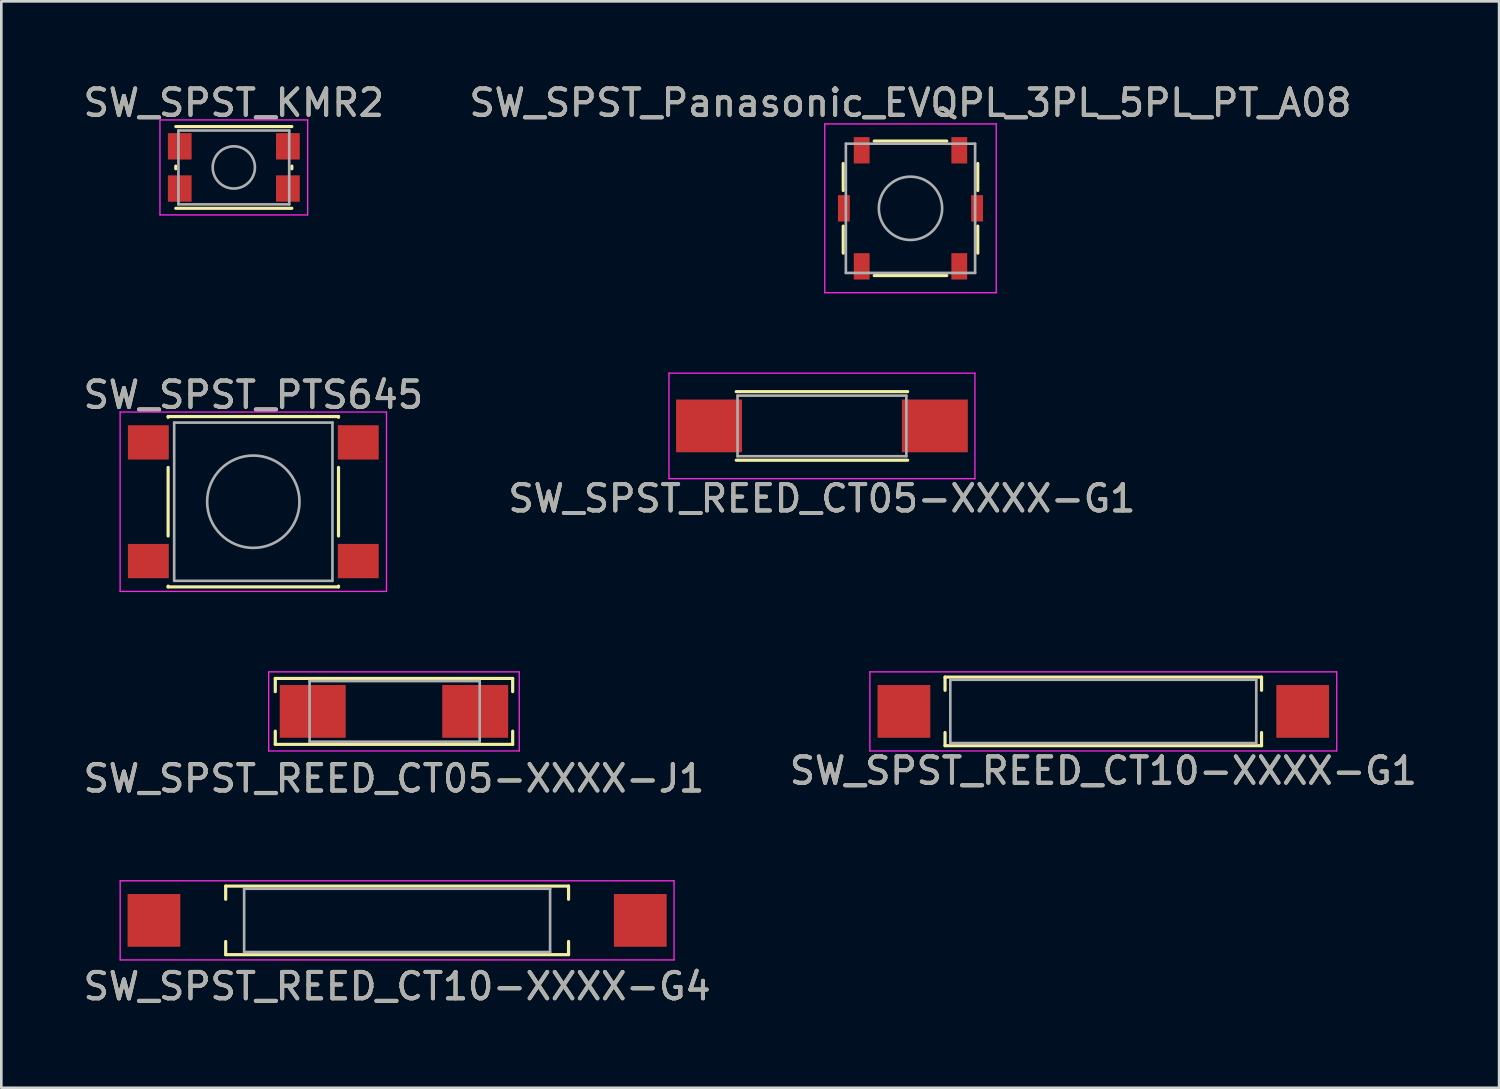
<source format=kicad_pcb>
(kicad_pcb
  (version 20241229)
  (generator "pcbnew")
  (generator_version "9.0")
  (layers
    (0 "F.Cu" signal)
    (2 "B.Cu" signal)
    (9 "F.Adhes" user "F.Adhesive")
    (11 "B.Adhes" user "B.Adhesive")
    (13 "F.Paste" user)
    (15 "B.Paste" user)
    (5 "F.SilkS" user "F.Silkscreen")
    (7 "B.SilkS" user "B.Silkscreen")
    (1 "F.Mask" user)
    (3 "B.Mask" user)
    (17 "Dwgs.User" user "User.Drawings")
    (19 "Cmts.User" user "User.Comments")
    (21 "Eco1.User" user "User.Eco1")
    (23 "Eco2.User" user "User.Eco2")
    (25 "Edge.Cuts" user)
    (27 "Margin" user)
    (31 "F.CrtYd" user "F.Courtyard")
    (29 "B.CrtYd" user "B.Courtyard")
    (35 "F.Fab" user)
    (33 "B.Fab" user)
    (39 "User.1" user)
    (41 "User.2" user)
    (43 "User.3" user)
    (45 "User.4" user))
  (footprint "SW_SPST_REED_CT10-XXXX-G4"
    (layer "F.Cu")
    (at 12.006 31.845)
    (property "Reference" "SW_SPST_REED_CT10-XXXX-G4" (at 0 2.5 0) (layer "F.SilkS") (effects (font (size 1 1) (thickness 0.15))))
    (attr smd)
    (fp_line (start -6.5 -1.3) (end -6.5 -0.8) (stroke (width 0.12) (type solid)) (layer "F.SilkS"))
    (fp_line (start -6.5 0.8) (end -6.5 1.3) (stroke (width 0.12) (type solid)) (layer "F.SilkS"))
    (fp_line (start -6.5 1.3) (end 6.5 1.3) (stroke (width 0.12) (type solid)) (layer "F.SilkS"))
    (fp_line (start 6.5 -1.3) (end -6.5 -1.3) (stroke (width 0.12) (type solid)) (layer "F.SilkS"))
    (fp_line (start 6.5 -0.8) (end 6.5 -1.3) (stroke (width 0.12) (type solid)) (layer "F.SilkS"))
    (fp_line (start 6.5 1.3) (end 6.5 0.8) (stroke (width 0.12) (type solid)) (layer "F.SilkS"))
    (fp_line (start -10.5 1.5) (end -10.5 -1.5) (stroke (width 0.05) (type solid)) (layer "F.CrtYd"))
    (fp_line (start -10.5 1.5) (end 10.5 1.5) (stroke (width 0.05) (type solid)) (layer "F.CrtYd"))
    (fp_line (start 10.5 -1.5) (end -10.5 -1.5) (stroke (width 0.05) (type solid)) (layer "F.CrtYd"))
    (fp_line (start 10.5 -1.5) (end 10.5 1.5) (stroke (width 0.05) (type solid)) (layer "F.CrtYd"))
    (fp_line (start -5.8 -1.2) (end 5.8 -1.2) (stroke (width 0.1) (type solid)) (layer "F.Fab"))
    (fp_line (start -5.8 1.2) (end -5.8 -1.2) (stroke (width 0.1) (type solid)) (layer "F.Fab"))
    (fp_line (start 5.8 -1.2) (end 5.8 1.2) (stroke (width 0.1) (type solid)) (layer "F.Fab"))
    (fp_line (start 5.8 1.2) (end -5.8 1.2) (stroke (width 0.1) (type solid)) (layer "F.Fab"))
    (fp_text user "${REFERENCE}" (at 0 2.5 0) (layer "F.Fab") (effects (font (size 1 1) (thickness 0.15))))
    (pad "1" smd rect (at -9.22 0) (size 2 2) (layers "F.Cu" "F.Mask" "F.Paste"))
    (pad "2" smd rect (at 9.22 0) (size 2 2) (layers "F.Cu" "F.Mask" "F.Paste")))
  (footprint "SW_SPST_REED_CT05-XXXX-J1"
    (layer "F.Cu")
    (at 11.887 23.922)
    (property "Reference" "SW_SPST_REED_CT05-XXXX-J1" (at 0 2.54 0) (layer "F.SilkS") (effects (font (size 1 1) (thickness 0.15))))
    (attr smd)
    (fp_line (start -4.5 -1.25) (end -4.5 -0.75) (stroke (width 0.12) (type solid)) (layer "F.SilkS"))
    (fp_line (start -4.5 0.75) (end -4.5 1.25) (stroke (width 0.12) (type solid)) (layer "F.SilkS"))
    (fp_line (start -4.5 1.25) (end 4.5 1.25) (stroke (width 0.12) (type solid)) (layer "F.SilkS"))
    (fp_line (start 4.5 -1.25) (end -4.5 -1.25) (stroke (width 0.12) (type solid)) (layer "F.SilkS"))
    (fp_line (start 4.5 -0.75) (end 4.5 -1.25) (stroke (width 0.12) (type solid)) (layer "F.SilkS"))
    (fp_line (start 4.5 1.25) (end 4.5 0.75) (stroke (width 0.12) (type solid)) (layer "F.SilkS"))
    (fp_line (start -4.75 -1.5) (end -4.75 1.5) (stroke (width 0.05) (type solid)) (layer "F.CrtYd"))
    (fp_line (start -4.75 1.5) (end 4.75 1.5) (stroke (width 0.05) (type solid)) (layer "F.CrtYd"))
    (fp_line (start 4.75 -1.5) (end -4.75 -1.5) (stroke (width 0.05) (type solid)) (layer "F.CrtYd"))
    (fp_line (start 4.75 1.5) (end 4.75 -1.5) (stroke (width 0.05) (type solid)) (layer "F.CrtYd"))
    (fp_line (start -3.2 -1.15) (end 3.25 -1.15) (stroke (width 0.1) (type solid)) (layer "F.Fab"))
    (fp_line (start -3.2 1.15) (end -3.2 -1.15) (stroke (width 0.1) (type solid)) (layer "F.Fab"))
    (fp_line (start 3.25 -1.15) (end 3.25 1.15) (stroke (width 0.1) (type solid)) (layer "F.Fab"))
    (fp_line (start 3.25 1.15) (end -3.2 1.15) (stroke (width 0.1) (type solid)) (layer "F.Fab"))
    (fp_text user "${REFERENCE}" (at 0 2.55 0) (layer "F.Fab") (effects (font (size 1 1) (thickness 0.15))))
    (pad "1" smd rect (at -3.08 0) (size 2.5 2) (layers "F.Cu" "F.Mask" "F.Paste"))
    (pad "2" smd rect (at 3.08 0) (size 2.5 2) (layers "F.Cu" "F.Mask" "F.Paste")))
  (footprint "SW_SPST_PTS645"
    (layer "F.Cu")
    (at 6.554 15.972)
    (property "Reference" "SW_SPST_PTS645" (at 0 -4.05 0) (layer "F.SilkS") (effects (font (size 1 1) (thickness 0.15))))
    (attr smd)
    (fp_line (start -3.23 -3.23) (end 3.23 -3.23) (stroke (width 0.12) (type solid)) (layer "F.SilkS"))
    (fp_line (start -3.23 -3.2) (end -3.23 -3.23) (stroke (width 0.12) (type solid)) (layer "F.SilkS"))
    (fp_line (start -3.23 -1.3) (end -3.23 1.3) (stroke (width 0.12) (type solid)) (layer "F.SilkS"))
    (fp_line (start -3.23 3.23) (end -3.23 3.2) (stroke (width 0.12) (type solid)) (layer "F.SilkS"))
    (fp_line (start -3.23 3.23) (end 3.23 3.23) (stroke (width 0.12) (type solid)) (layer "F.SilkS"))
    (fp_line (start 3.23 -3.23) (end 3.23 -3.2) (stroke (width 0.12) (type solid)) (layer "F.SilkS"))
    (fp_line (start 3.23 -1.3) (end 3.23 1.3) (stroke (width 0.12) (type solid)) (layer "F.SilkS"))
    (fp_line (start 3.23 3.23) (end 3.23 3.2) (stroke (width 0.12) (type solid)) (layer "F.SilkS"))
    (fp_line (start -5.05 -3.4) (end -5.05 3.4) (stroke (width 0.05) (type solid)) (layer "F.CrtYd"))
    (fp_line (start -5.05 -3.4) (end 5.05 -3.4) (stroke (width 0.05) (type solid)) (layer "F.CrtYd"))
    (fp_line (start -5.05 3.4) (end 5.05 3.4) (stroke (width 0.05) (type solid)) (layer "F.CrtYd"))
    (fp_line (start 5.05 3.4) (end 5.05 -3.4) (stroke (width 0.05) (type solid)) (layer "F.CrtYd"))
    (fp_line (start -3 -3) (end -3 3) (stroke (width 0.1) (type solid)) (layer "F.Fab"))
    (fp_line (start -3 3) (end 3 3) (stroke (width 0.1) (type solid)) (layer "F.Fab"))
    (fp_line (start 3 -3) (end -3 -3) (stroke (width 0.1) (type solid)) (layer "F.Fab"))
    (fp_line (start 3 3) (end 3 -3) (stroke (width 0.1) (type solid)) (layer "F.Fab"))
    (fp_circle (center 0 0) (end 1.75 -0.05) (stroke (width 0.1) (type solid)) (fill no) (layer "F.Fab"))
    (fp_text user "${REFERENCE}" (at 0 -4.05 0) (layer "F.Fab") (effects (font (size 1 1) (thickness 0.15))))
    (pad "1" smd rect (at -3.98 -2.25) (size 1.55 1.3) (layers "F.Cu" "F.Mask" "F.Paste"))
    (pad "1" smd rect (at 3.98 -2.25) (size 1.55 1.3) (layers "F.Cu" "F.Mask" "F.Paste"))
    (pad "2" smd rect (at -3.98 2.25) (size 1.55 1.3) (layers "F.Cu" "F.Mask" "F.Paste"))
    (pad "2" smd rect (at 3.98 2.25) (size 1.55 1.3) (layers "F.Cu" "F.Mask" "F.Paste")))
  (footprint "SW_SPST_REED_CT05-XXXX-G1"
    (layer "F.Cu")
    (at 28.113 13.098)
    (property "Reference" "SW_SPST_REED_CT05-XXXX-G1" (at 0 2.75 0) (layer "F.SilkS") (effects (font (size 1 1) (thickness 0.15))))
    (attr smd)
    (fp_line (start -3.25 -1.3) (end 3.25 -1.3) (stroke (width 0.12) (type solid)) (layer "F.SilkS"))
    (fp_line (start 3.25 1.3) (end -3.25 1.3) (stroke (width 0.12) (type solid)) (layer "F.SilkS"))
    (fp_line (start -5.8 -2) (end 5.8 -2) (stroke (width 0.05) (type solid)) (layer "F.CrtYd"))
    (fp_line (start -5.8 2) (end -5.8 -2) (stroke (width 0.05) (type solid)) (layer "F.CrtYd"))
    (fp_line (start 5.8 -2) (end 5.8 2) (stroke (width 0.05) (type solid)) (layer "F.CrtYd"))
    (fp_line (start 5.8 2) (end -5.8 2) (stroke (width 0.05) (type solid)) (layer "F.CrtYd"))
    (fp_line (start -3.2 -1.15) (end -3.2 1.15) (stroke (width 0.1) (type solid)) (layer "F.Fab"))
    (fp_line (start -3.2 1.15) (end 3.2 1.15) (stroke (width 0.1) (type solid)) (layer "F.Fab"))
    (fp_line (start 3.2 -1.15) (end -3.2 -1.15) (stroke (width 0.1) (type solid)) (layer "F.Fab"))
    (fp_line (start 3.2 1.15) (end 3.2 -1.15) (stroke (width 0.1) (type solid)) (layer "F.Fab"))
    (fp_text user "${REFERENCE}" (at 0 2.75 0) (layer "F.Fab") (effects (font (size 1 1) (thickness 0.15))))
    (pad "1" smd rect (at -4.28 0) (size 2.5 2) (layers "F.Cu" "F.Mask" "F.Paste"))
    (pad "2" smd rect (at 4.28 0) (size 2.5 2) (layers "F.Cu" "F.Mask" "F.Paste")))
  (footprint "SW_SPST_REED_CT10-XXXX-G1"
    (layer "F.Cu")
    (at 38.78 23.922)
    (property "Reference" "SW_SPST_REED_CT10-XXXX-G1" (at 0 2.25 0) (layer "F.SilkS") (effects (font (size 1 1) (thickness 0.15))))
    (attr smd)
    (fp_line (start -6 -1.3) (end -6 -0.8) (stroke (width 0.12) (type solid)) (layer "F.SilkS"))
    (fp_line (start -6 0.8) (end -6 1.3) (stroke (width 0.12) (type solid)) (layer "F.SilkS"))
    (fp_line (start -6 1.3) (end 6 1.3) (stroke (width 0.12) (type solid)) (layer "F.SilkS"))
    (fp_line (start 6 -1.3) (end -6 -1.3) (stroke (width 0.12) (type solid)) (layer "F.SilkS"))
    (fp_line (start 6 -0.8) (end 6 -1.3) (stroke (width 0.12) (type solid)) (layer "F.SilkS"))
    (fp_line (start 6 1.3) (end 6 0.8) (stroke (width 0.12) (type solid)) (layer "F.SilkS"))
    (fp_line (start -8.85 -1.5) (end 8.85 -1.5) (stroke (width 0.05) (type solid)) (layer "F.CrtYd"))
    (fp_line (start -8.85 1.5) (end -8.85 -1.5) (stroke (width 0.05) (type solid)) (layer "F.CrtYd"))
    (fp_line (start 8.85 -1.5) (end 8.85 1.5) (stroke (width 0.05) (type solid)) (layer "F.CrtYd"))
    (fp_line (start 8.85 1.5) (end -8.85 1.5) (stroke (width 0.05) (type solid)) (layer "F.CrtYd"))
    (fp_line (start -5.8 -1.2) (end 5.8 -1.2) (stroke (width 0.1) (type solid)) (layer "F.Fab"))
    (fp_line (start -5.8 1.2) (end -5.8 -1.2) (stroke (width 0.1) (type solid)) (layer "F.Fab"))
    (fp_line (start 5.8 -1.2) (end 5.8 1.2) (stroke (width 0.1) (type solid)) (layer "F.Fab"))
    (fp_line (start 5.8 1.2) (end -5.8 1.2) (stroke (width 0.1) (type solid)) (layer "F.Fab"))
    (fp_text user "${REFERENCE}" (at 0 2.25 0) (layer "F.Fab") (effects (font (size 1 1) (thickness 0.15))))
    (pad "1" smd rect (at -7.56 0) (size 2 2) (layers "F.Cu" "F.Mask" "F.Paste"))
    (pad "2" smd rect (at 7.56 0) (size 2 2) (layers "F.Cu" "F.Mask" "F.Paste")))
  (footprint "SW_SPST_Panasonic_EVQPL_3PL_5PL_PT_A08"
    (layer "F.Cu")
    (at 31.47 4.848)
    (property "Reference" "SW_SPST_Panasonic_EVQPL_3PL_5PL_PT_A08" (at 0 -4 0) (layer "F.SilkS") (effects (font (size 1 1) (thickness 0.15))))
    (attr smd)
    (fp_line (start -2.55 -1.7) (end -2.55 -0.675) (stroke (width 0.12) (type solid)) (layer "F.SilkS"))
    (fp_line (start -2.55 0.675) (end -2.55 1.7) (stroke (width 0.12) (type solid)) (layer "F.SilkS"))
    (fp_line (start -1.375 -2.55) (end 1.375 -2.55) (stroke (width 0.12) (type solid)) (layer "F.SilkS"))
    (fp_line (start -1.375 2.55) (end 1.375 2.55) (stroke (width 0.12) (type solid)) (layer "F.SilkS"))
    (fp_line (start 2.55 -1.7) (end 2.55 -0.675) (stroke (width 0.12) (type solid)) (layer "F.SilkS"))
    (fp_line (start 2.55 0.675) (end 2.55 1.7) (stroke (width 0.12) (type solid)) (layer "F.SilkS"))
    (fp_line (start -3.25 -3.2) (end 3.25 -3.2) (stroke (width 0.05) (type solid)) (layer "F.CrtYd"))
    (fp_line (start -3.25 3.2) (end -3.25 -3.2) (stroke (width 0.05) (type solid)) (layer "F.CrtYd"))
    (fp_line (start -3.25 3.2) (end 3.25 3.2) (stroke (width 0.05) (type solid)) (layer "F.CrtYd"))
    (fp_line (start 3.25 3.2) (end 3.25 -3.2) (stroke (width 0.05) (type solid)) (layer "F.CrtYd"))
    (fp_line (start -2.45 -2.45) (end -2.45 2.45) (stroke (width 0.1) (type solid)) (layer "F.Fab"))
    (fp_line (start -2.45 -2.45) (end 2.45 -2.45) (stroke (width 0.1) (type solid)) (layer "F.Fab"))
    (fp_line (start 2.45 -2.45) (end 2.45 2.45) (stroke (width 0.1) (type solid)) (layer "F.Fab"))
    (fp_line (start 2.45 2.45) (end -2.45 2.45) (stroke (width 0.1) (type solid)) (layer "F.Fab"))
    (fp_circle (center 0 0) (end 1.2 0) (stroke (width 0.1) (type solid)) (fill no) (layer "F.Fab"))
    (fp_text user "${REFERENCE}" (at 0 -4 0) (layer "F.Fab") (effects (font (size 1 1) (thickness 0.15))))
    (pad "0" smd rect (at -2.525 0) (size 0.45 1) (layers "F.Cu" "F.Mask" "F.Paste"))
    (pad "0" smd rect (at 2.525 0) (size 0.45 1) (layers "F.Cu" "F.Mask" "F.Paste"))
    (pad "1" smd rect (at -1.85 -2.2) (size 0.6 1) (layers "F.Cu" "F.Mask" "F.Paste"))
    (pad "1" smd rect (at -1.85 2.2) (size 0.6 1) (layers "F.Cu" "F.Mask" "F.Paste"))
    (pad "2" smd rect (at 1.85 -2.2) (size 0.6 1) (layers "F.Cu" "F.Mask" "F.Paste"))
    (pad "2" smd rect (at 1.85 2.2) (size 0.6 1) (layers "F.Cu" "F.Mask" "F.Paste")))
  (footprint "SW_SPST_KMR2"
    (layer "F.Cu")
    (at 5.815 3.298)
    (property "Reference" "SW_SPST_KMR2" (at 0 -2.45 0) (layer "F.SilkS") (effects (font (size 1 1) (thickness 0.15))))
    (attr smd)
    (fp_line (start -2.2 0.05) (end -2.2 -0.05) (stroke (width 0.12) (type solid)) (layer "F.SilkS"))
    (fp_line (start -2.2 1.55) (end 2.2 1.55) (stroke (width 0.12) (type solid)) (layer "F.SilkS"))
    (fp_line (start 2.2 -1.55) (end -2.2 -1.55) (stroke (width 0.12) (type solid)) (layer "F.SilkS"))
    (fp_line (start 2.2 0.05) (end 2.2 -0.05) (stroke (width 0.12) (type solid)) (layer "F.SilkS"))
    (fp_line (start -2.8 -1.8) (end 2.8 -1.8) (stroke (width 0.05) (type solid)) (layer "F.CrtYd"))
    (fp_line (start -2.8 1.8) (end -2.8 -1.8) (stroke (width 0.05) (type solid)) (layer "F.CrtYd"))
    (fp_line (start 2.8 -1.8) (end 2.8 1.8) (stroke (width 0.05) (type solid)) (layer "F.CrtYd"))
    (fp_line (start 2.8 1.8) (end -2.8 1.8) (stroke (width 0.05) (type solid)) (layer "F.CrtYd"))
    (fp_line (start -2.1 -1.4) (end 2.1 -1.4) (stroke (width 0.1) (type solid)) (layer "F.Fab"))
    (fp_line (start -2.1 1.4) (end -2.1 -1.4) (stroke (width 0.1) (type solid)) (layer "F.Fab"))
    (fp_line (start 2.1 -1.4) (end 2.1 1.4) (stroke (width 0.1) (type solid)) (layer "F.Fab"))
    (fp_line (start 2.1 1.4) (end -2.1 1.4) (stroke (width 0.1) (type solid)) (layer "F.Fab"))
    (fp_circle (center 0 0) (end 0 0.8) (stroke (width 0.1) (type solid)) (fill no) (layer "F.Fab"))
    (fp_text user "${REFERENCE}" (at 0 -2.45 0) (layer "F.Fab") (effects (font (size 1 1) (thickness 0.15))))
    (pad "1" smd rect (at -2.05 -0.8) (size 0.9 1) (layers "F.Cu" "F.Mask" "F.Paste"))
    (pad "1" smd rect (at 2.05 -0.8) (size 0.9 1) (layers "F.Cu" "F.Mask" "F.Paste"))
    (pad "2" smd rect (at -2.05 0.8) (size 0.9 1) (layers "F.Cu" "F.Mask" "F.Paste"))
    (pad "2" smd rect (at 2.05 0.8) (size 0.9 1) (layers "F.Cu" "F.Mask" "F.Paste")))
  (gr_rect
    (start -3 -3)
    (end 53.786 38.193)
    (stroke (width 0.1) (type default))
    (fill no)
    (layer "Edge.Cuts")))
</source>
